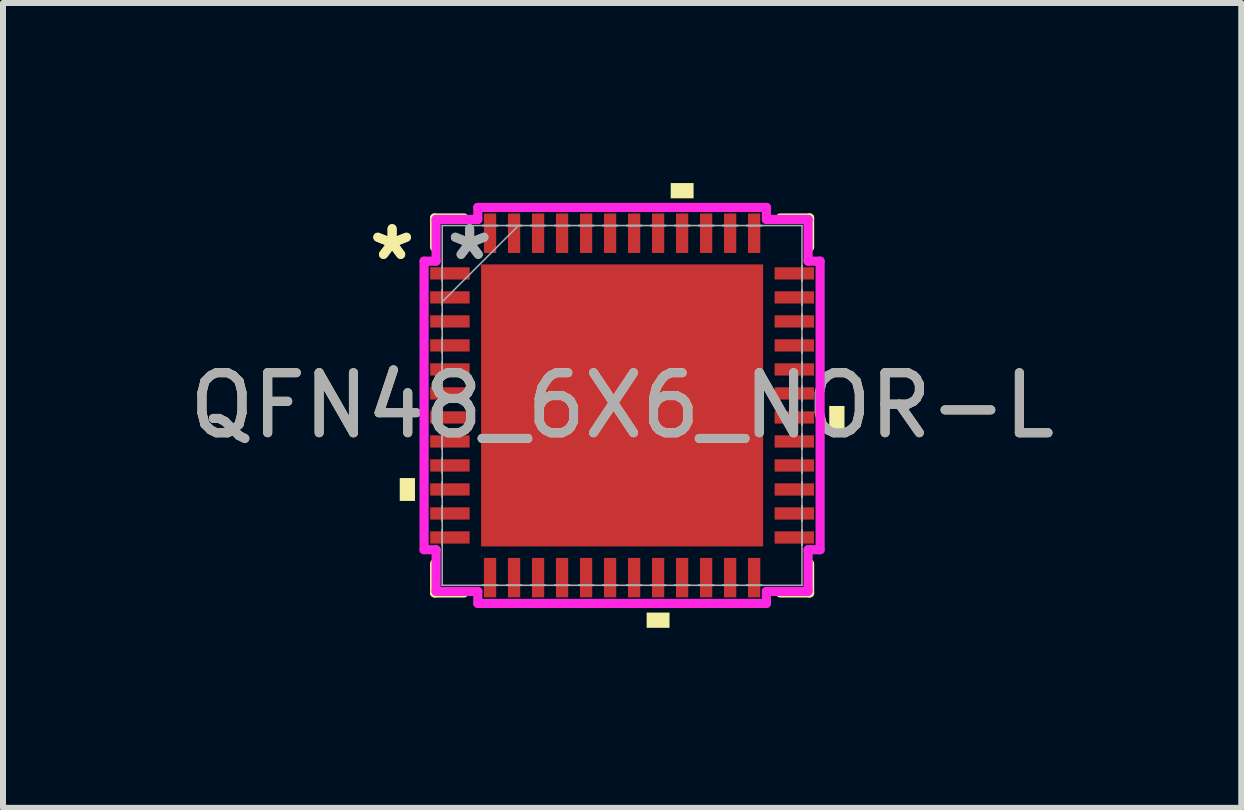
<source format=kicad_pcb>
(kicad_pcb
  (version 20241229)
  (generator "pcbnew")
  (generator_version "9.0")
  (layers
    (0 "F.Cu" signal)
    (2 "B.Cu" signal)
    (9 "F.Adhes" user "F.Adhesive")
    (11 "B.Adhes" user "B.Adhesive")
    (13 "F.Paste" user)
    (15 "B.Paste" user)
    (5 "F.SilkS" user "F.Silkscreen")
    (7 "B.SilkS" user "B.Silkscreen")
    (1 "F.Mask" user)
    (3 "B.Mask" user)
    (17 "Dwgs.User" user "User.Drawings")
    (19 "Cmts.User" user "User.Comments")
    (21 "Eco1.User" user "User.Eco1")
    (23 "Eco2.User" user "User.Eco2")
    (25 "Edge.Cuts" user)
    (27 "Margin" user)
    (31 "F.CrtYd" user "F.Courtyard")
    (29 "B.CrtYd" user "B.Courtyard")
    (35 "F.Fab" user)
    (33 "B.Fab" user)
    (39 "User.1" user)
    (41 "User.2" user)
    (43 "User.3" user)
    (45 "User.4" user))
  (footprint "QFN48_6X6_NOR-L"
    (layer "F.Cu")
    (at 7.315 3.705)
    (property "Reference" "QFN48_6X6_NOR-L" (at 0 0 0) (unlocked yes) (layer "F.SilkS") (effects (font (size 1 1) (thickness 0.15))))
    (attr smd)
    (fp_line (start -3.124 -3.124) (end -3.124 -2.635) (stroke (width 0.152) (type solid)) (layer "F.SilkS"))
    (fp_line (start -3.124 2.635) (end -3.124 3.124) (stroke (width 0.152) (type solid)) (layer "F.SilkS"))
    (fp_line (start -3.124 3.124) (end -2.635 3.124) (stroke (width 0.152) (type solid)) (layer "F.SilkS"))
    (fp_line (start -2.635 -3.124) (end -3.124 -3.124) (stroke (width 0.152) (type solid)) (layer "F.SilkS"))
    (fp_line (start 2.635 3.124) (end 3.124 3.124) (stroke (width 0.152) (type solid)) (layer "F.SilkS"))
    (fp_line (start 3.124 -3.124) (end 2.635 -3.124) (stroke (width 0.152) (type solid)) (layer "F.SilkS"))
    (fp_line (start 3.124 -2.635) (end 3.124 -3.124) (stroke (width 0.152) (type solid)) (layer "F.SilkS"))
    (fp_line (start 3.124 3.124) (end 3.124 2.635) (stroke (width 0.152) (type solid)) (layer "F.SilkS"))
    (fp_poly (pts (xy -3.705 1.21) (xy -3.705 1.591) (xy -3.451 1.591) (xy -3.451 1.21)) (stroke (width 0) (type solid)) (fill yes) (layer "F.SilkS"))
    (fp_poly (pts (xy 0.409 3.451) (xy 0.409 3.705) (xy 0.79 3.705) (xy 0.79 3.451)) (stroke (width 0) (type solid)) (fill yes) (layer "F.SilkS"))
    (fp_poly (pts (xy 0.81 -3.451) (xy 0.81 -3.705) (xy 1.191 -3.705) (xy 1.191 -3.451)) (stroke (width 0) (type solid)) (fill yes) (layer "F.SilkS"))
    (fp_poly (pts (xy 3.705 0.009) (xy 3.705 0.391) (xy 3.451 0.391) (xy 3.451 0.009)) (stroke (width 0) (type solid)) (fill yes) (layer "F.SilkS"))
    (fp_poly (pts (xy -2.249 -2.249) (xy -2.249 -0.883) (xy -0.883 -0.883) (xy -0.883 -2.249)) (stroke (width 0) (type solid)) (fill yes) (layer "F.Paste"))
    (fp_poly (pts (xy -2.249 -0.683) (xy -2.249 0.683) (xy -0.883 0.683) (xy -0.883 -0.683)) (stroke (width 0) (type solid)) (fill yes) (layer "F.Paste"))
    (fp_poly (pts (xy -2.249 0.883) (xy -2.249 2.249) (xy -0.883 2.249) (xy -0.883 0.883)) (stroke (width 0) (type solid)) (fill yes) (layer "F.Paste"))
    (fp_poly (pts (xy -0.683 -2.249) (xy -0.683 -0.883) (xy 0.683 -0.883) (xy 0.683 -2.249)) (stroke (width 0) (type solid)) (fill yes) (layer "F.Paste"))
    (fp_poly (pts (xy -0.683 -0.683) (xy -0.683 0.683) (xy 0.683 0.683) (xy 0.683 -0.683)) (stroke (width 0) (type solid)) (fill yes) (layer "F.Paste"))
    (fp_poly (pts (xy -0.683 0.883) (xy -0.683 2.249) (xy 0.683 2.249) (xy 0.683 0.883)) (stroke (width 0) (type solid)) (fill yes) (layer "F.Paste"))
    (fp_poly (pts (xy 0.883 -2.249) (xy 0.883 -0.883) (xy 2.249 -0.883) (xy 2.249 -2.249)) (stroke (width 0) (type solid)) (fill yes) (layer "F.Paste"))
    (fp_poly (pts (xy 0.883 -0.683) (xy 0.883 0.683) (xy 2.249 0.683) (xy 2.249 -0.683)) (stroke (width 0) (type solid)) (fill yes) (layer "F.Paste"))
    (fp_poly (pts (xy 0.883 0.883) (xy 0.883 2.249) (xy 2.249 2.249) (xy 2.249 0.883)) (stroke (width 0) (type solid)) (fill yes) (layer "F.Paste"))
    (fp_line (start -3.299 -2.404) (end -3.099 -2.404) (stroke (width 0.152) (type solid)) (layer "F.CrtYd"))
    (fp_line (start -3.299 2.404) (end -3.299 -2.404) (stroke (width 0.152) (type solid)) (layer "F.CrtYd"))
    (fp_line (start -3.099 -3.099) (end -2.404 -3.099) (stroke (width 0.152) (type solid)) (layer "F.CrtYd"))
    (fp_line (start -3.099 -2.404) (end -3.099 -3.099) (stroke (width 0.152) (type solid)) (layer "F.CrtYd"))
    (fp_line (start -3.099 2.404) (end -3.299 2.404) (stroke (width 0.152) (type solid)) (layer "F.CrtYd"))
    (fp_line (start -3.099 3.099) (end -3.099 2.404) (stroke (width 0.152) (type solid)) (layer "F.CrtYd"))
    (fp_line (start -2.404 -3.299) (end 2.404 -3.299) (stroke (width 0.152) (type solid)) (layer "F.CrtYd"))
    (fp_line (start -2.404 -3.099) (end -2.404 -3.299) (stroke (width 0.152) (type solid)) (layer "F.CrtYd"))
    (fp_line (start -2.404 3.099) (end -3.099 3.099) (stroke (width 0.152) (type solid)) (layer "F.CrtYd"))
    (fp_line (start -2.404 3.299) (end -2.404 3.099) (stroke (width 0.152) (type solid)) (layer "F.CrtYd"))
    (fp_line (start 2.404 -3.299) (end 2.404 -3.099) (stroke (width 0.152) (type solid)) (layer "F.CrtYd"))
    (fp_line (start 2.404 -3.099) (end 3.099 -3.099) (stroke (width 0.152) (type solid)) (layer "F.CrtYd"))
    (fp_line (start 2.404 3.099) (end 2.404 3.299) (stroke (width 0.152) (type solid)) (layer "F.CrtYd"))
    (fp_line (start 2.404 3.299) (end -2.404 3.299) (stroke (width 0.152) (type solid)) (layer "F.CrtYd"))
    (fp_line (start 3.099 -3.099) (end 3.099 -2.404) (stroke (width 0.152) (type solid)) (layer "F.CrtYd"))
    (fp_line (start 3.099 -2.404) (end 3.299 -2.404) (stroke (width 0.152) (type solid)) (layer "F.CrtYd"))
    (fp_line (start 3.099 2.404) (end 3.099 3.099) (stroke (width 0.152) (type solid)) (layer "F.CrtYd"))
    (fp_line (start 3.099 3.099) (end 2.404 3.099) (stroke (width 0.152) (type solid)) (layer "F.CrtYd"))
    (fp_line (start 3.299 -2.404) (end 3.299 2.404) (stroke (width 0.152) (type solid)) (layer "F.CrtYd"))
    (fp_line (start 3.299 2.404) (end 3.099 2.404) (stroke (width 0.152) (type solid)) (layer "F.CrtYd"))
    (fp_line (start -2.997 -2.997) (end -2.997 -2.997) (stroke (width 0.025) (type solid)) (layer "F.Fab"))
    (fp_line (start -2.997 -2.997) (end -2.997 2.997) (stroke (width 0.025) (type solid)) (layer "F.Fab"))
    (fp_line (start -2.997 -2.327) (end -2.997 -2.327) (stroke (width 0.025) (type solid)) (layer "F.Fab"))
    (fp_line (start -2.997 -2.327) (end -2.997 -2.073) (stroke (width 0.025) (type solid)) (layer "F.Fab"))
    (fp_line (start -2.997 -2.073) (end -2.997 -2.327) (stroke (width 0.025) (type solid)) (layer "F.Fab"))
    (fp_line (start -2.997 -2.073) (end -2.997 -2.073) (stroke (width 0.025) (type solid)) (layer "F.Fab"))
    (fp_line (start -2.997 -1.927) (end -2.997 -1.927) (stroke (width 0.025) (type solid)) (layer "F.Fab"))
    (fp_line (start -2.997 -1.927) (end -2.997 -1.673) (stroke (width 0.025) (type solid)) (layer "F.Fab"))
    (fp_line (start -2.997 -1.727) (end -1.727 -2.997) (stroke (width 0.025) (type solid)) (layer "F.Fab"))
    (fp_line (start -2.997 -1.673) (end -2.997 -1.927) (stroke (width 0.025) (type solid)) (layer "F.Fab"))
    (fp_line (start -2.997 -1.673) (end -2.997 -1.673) (stroke (width 0.025) (type solid)) (layer "F.Fab"))
    (fp_line (start -2.997 -1.527) (end -2.997 -1.527) (stroke (width 0.025) (type solid)) (layer "F.Fab"))
    (fp_line (start -2.997 -1.527) (end -2.997 -1.273) (stroke (width 0.025) (type solid)) (layer "F.Fab"))
    (fp_line (start -2.997 -1.273) (end -2.997 -1.527) (stroke (width 0.025) (type solid)) (layer "F.Fab"))
    (fp_line (start -2.997 -1.273) (end -2.997 -1.273) (stroke (width 0.025) (type solid)) (layer "F.Fab"))
    (fp_line (start -2.997 -1.127) (end -2.997 -1.127) (stroke (width 0.025) (type solid)) (layer "F.Fab"))
    (fp_line (start -2.997 -1.127) (end -2.997 -0.873) (stroke (width 0.025) (type solid)) (layer "F.Fab"))
    (fp_line (start -2.997 -0.873) (end -2.997 -1.127) (stroke (width 0.025) (type solid)) (layer "F.Fab"))
    (fp_line (start -2.997 -0.873) (end -2.997 -0.873) (stroke (width 0.025) (type solid)) (layer "F.Fab"))
    (fp_line (start -2.997 -0.727) (end -2.997 -0.727) (stroke (width 0.025) (type solid)) (layer "F.Fab"))
    (fp_line (start -2.997 -0.727) (end -2.997 -0.473) (stroke (width 0.025) (type solid)) (layer "F.Fab"))
    (fp_line (start -2.997 -0.473) (end -2.997 -0.727) (stroke (width 0.025) (type solid)) (layer "F.Fab"))
    (fp_line (start -2.997 -0.473) (end -2.997 -0.473) (stroke (width 0.025) (type solid)) (layer "F.Fab"))
    (fp_line (start -2.997 -0.327) (end -2.997 -0.327) (stroke (width 0.025) (type solid)) (layer "F.Fab"))
    (fp_line (start -2.997 -0.327) (end -2.997 -0.073) (stroke (width 0.025) (type solid)) (layer "F.Fab"))
    (fp_line (start -2.997 -0.073) (end -2.997 -0.327) (stroke (width 0.025) (type solid)) (layer "F.Fab"))
    (fp_line (start -2.997 -0.073) (end -2.997 -0.073) (stroke (width 0.025) (type solid)) (layer "F.Fab"))
    (fp_line (start -2.997 0.073) (end -2.997 0.073) (stroke (width 0.025) (type solid)) (layer "F.Fab"))
    (fp_line (start -2.997 0.073) (end -2.997 0.327) (stroke (width 0.025) (type solid)) (layer "F.Fab"))
    (fp_line (start -2.997 0.327) (end -2.997 0.073) (stroke (width 0.025) (type solid)) (layer "F.Fab"))
    (fp_line (start -2.997 0.327) (end -2.997 0.327) (stroke (width 0.025) (type solid)) (layer "F.Fab"))
    (fp_line (start -2.997 0.473) (end -2.997 0.473) (stroke (width 0.025) (type solid)) (layer "F.Fab"))
    (fp_line (start -2.997 0.473) (end -2.997 0.727) (stroke (width 0.025) (type solid)) (layer "F.Fab"))
    (fp_line (start -2.997 0.727) (end -2.997 0.473) (stroke (width 0.025) (type solid)) (layer "F.Fab"))
    (fp_line (start -2.997 0.727) (end -2.997 0.727) (stroke (width 0.025) (type solid)) (layer "F.Fab"))
    (fp_line (start -2.997 0.873) (end -2.997 0.873) (stroke (width 0.025) (type solid)) (layer "F.Fab"))
    (fp_line (start -2.997 0.873) (end -2.997 1.127) (stroke (width 0.025) (type solid)) (layer "F.Fab"))
    (fp_line (start -2.997 1.127) (end -2.997 0.873) (stroke (width 0.025) (type solid)) (layer "F.Fab"))
    (fp_line (start -2.997 1.127) (end -2.997 1.127) (stroke (width 0.025) (type solid)) (layer "F.Fab"))
    (fp_line (start -2.997 1.273) (end -2.997 1.273) (stroke (width 0.025) (type solid)) (layer "F.Fab"))
    (fp_line (start -2.997 1.273) (end -2.997 1.527) (stroke (width 0.025) (type solid)) (layer "F.Fab"))
    (fp_line (start -2.997 1.527) (end -2.997 1.273) (stroke (width 0.025) (type solid)) (layer "F.Fab"))
    (fp_line (start -2.997 1.527) (end -2.997 1.527) (stroke (width 0.025) (type solid)) (layer "F.Fab"))
    (fp_line (start -2.997 1.673) (end -2.997 1.673) (stroke (width 0.025) (type solid)) (layer "F.Fab"))
    (fp_line (start -2.997 1.673) (end -2.997 1.927) (stroke (width 0.025) (type solid)) (layer "F.Fab"))
    (fp_line (start -2.997 1.927) (end -2.997 1.673) (stroke (width 0.025) (type solid)) (layer "F.Fab"))
    (fp_line (start -2.997 1.927) (end -2.997 1.927) (stroke (width 0.025) (type solid)) (layer "F.Fab"))
    (fp_line (start -2.997 2.073) (end -2.997 2.073) (stroke (width 0.025) (type solid)) (layer "F.Fab"))
    (fp_line (start -2.997 2.073) (end -2.997 2.327) (stroke (width 0.025) (type solid)) (layer "F.Fab"))
    (fp_line (start -2.997 2.327) (end -2.997 2.073) (stroke (width 0.025) (type solid)) (layer "F.Fab"))
    (fp_line (start -2.997 2.327) (end -2.997 2.327) (stroke (width 0.025) (type solid)) (layer "F.Fab"))
    (fp_line (start -2.997 2.997) (end -2.997 2.997) (stroke (width 0.025) (type solid)) (layer "F.Fab"))
    (fp_line (start -2.997 2.997) (end 2.997 2.997) (stroke (width 0.025) (type solid)) (layer "F.Fab"))
    (fp_line (start -2.327 -2.997) (end -2.327 -2.997) (stroke (width 0.025) (type solid)) (layer "F.Fab"))
    (fp_line (start -2.327 -2.997) (end -2.073 -2.997) (stroke (width 0.025) (type solid)) (layer "F.Fab"))
    (fp_line (start -2.327 2.997) (end -2.327 2.997) (stroke (width 0.025) (type solid)) (layer "F.Fab"))
    (fp_line (start -2.327 2.997) (end -2.073 2.997) (stroke (width 0.025) (type solid)) (layer "F.Fab"))
    (fp_line (start -2.073 -2.997) (end -2.327 -2.997) (stroke (width 0.025) (type solid)) (layer "F.Fab"))
    (fp_line (start -2.073 -2.997) (end -2.073 -2.997) (stroke (width 0.025) (type solid)) (layer "F.Fab"))
    (fp_line (start -2.073 2.997) (end -2.327 2.997) (stroke (width 0.025) (type solid)) (layer "F.Fab"))
    (fp_line (start -2.073 2.997) (end -2.073 2.997) (stroke (width 0.025) (type solid)) (layer "F.Fab"))
    (fp_line (start -1.927 -2.997) (end -1.927 -2.997) (stroke (width 0.025) (type solid)) (layer "F.Fab"))
    (fp_line (start -1.927 -2.997) (end -1.673 -2.997) (stroke (width 0.025) (type solid)) (layer "F.Fab"))
    (fp_line (start -1.927 2.997) (end -1.927 2.997) (stroke (width 0.025) (type solid)) (layer "F.Fab"))
    (fp_line (start -1.927 2.997) (end -1.673 2.997) (stroke (width 0.025) (type solid)) (layer "F.Fab"))
    (fp_line (start -1.673 -2.997) (end -1.927 -2.997) (stroke (width 0.025) (type solid)) (layer "F.Fab"))
    (fp_line (start -1.673 -2.997) (end -1.673 -2.997) (stroke (width 0.025) (type solid)) (layer "F.Fab"))
    (fp_line (start -1.673 2.997) (end -1.927 2.997) (stroke (width 0.025) (type solid)) (layer "F.Fab"))
    (fp_line (start -1.673 2.997) (end -1.673 2.997) (stroke (width 0.025) (type solid)) (layer "F.Fab"))
    (fp_line (start -1.527 -2.997) (end -1.527 -2.997) (stroke (width 0.025) (type solid)) (layer "F.Fab"))
    (fp_line (start -1.527 -2.997) (end -1.273 -2.997) (stroke (width 0.025) (type solid)) (layer "F.Fab"))
    (fp_line (start -1.527 2.997) (end -1.527 2.997) (stroke (width 0.025) (type solid)) (layer "F.Fab"))
    (fp_line (start -1.527 2.997) (end -1.273 2.997) (stroke (width 0.025) (type solid)) (layer "F.Fab"))
    (fp_line (start -1.273 -2.997) (end -1.527 -2.997) (stroke (width 0.025) (type solid)) (layer "F.Fab"))
    (fp_line (start -1.273 -2.997) (end -1.273 -2.997) (stroke (width 0.025) (type solid)) (layer "F.Fab"))
    (fp_line (start -1.273 2.997) (end -1.527 2.997) (stroke (width 0.025) (type solid)) (layer "F.Fab"))
    (fp_line (start -1.273 2.997) (end -1.273 2.997) (stroke (width 0.025) (type solid)) (layer "F.Fab"))
    (fp_line (start -1.127 -2.997) (end -1.127 -2.997) (stroke (width 0.025) (type solid)) (layer "F.Fab"))
    (fp_line (start -1.127 -2.997) (end -0.873 -2.997) (stroke (width 0.025) (type solid)) (layer "F.Fab"))
    (fp_line (start -1.127 2.997) (end -1.127 2.997) (stroke (width 0.025) (type solid)) (layer "F.Fab"))
    (fp_line (start -1.127 2.997) (end -0.873 2.997) (stroke (width 0.025) (type solid)) (layer "F.Fab"))
    (fp_line (start -0.873 -2.997) (end -1.127 -2.997) (stroke (width 0.025) (type solid)) (layer "F.Fab"))
    (fp_line (start -0.873 -2.997) (end -0.873 -2.997) (stroke (width 0.025) (type solid)) (layer "F.Fab"))
    (fp_line (start -0.873 2.997) (end -1.127 2.997) (stroke (width 0.025) (type solid)) (layer "F.Fab"))
    (fp_line (start -0.873 2.997) (end -0.873 2.997) (stroke (width 0.025) (type solid)) (layer "F.Fab"))
    (fp_line (start -0.727 -2.997) (end -0.727 -2.997) (stroke (width 0.025) (type solid)) (layer "F.Fab"))
    (fp_line (start -0.727 -2.997) (end -0.473 -2.997) (stroke (width 0.025) (type solid)) (layer "F.Fab"))
    (fp_line (start -0.727 2.997) (end -0.727 2.997) (stroke (width 0.025) (type solid)) (layer "F.Fab"))
    (fp_line (start -0.727 2.997) (end -0.473 2.997) (stroke (width 0.025) (type solid)) (layer "F.Fab"))
    (fp_line (start -0.473 -2.997) (end -0.727 -2.997) (stroke (width 0.025) (type solid)) (layer "F.Fab"))
    (fp_line (start -0.473 -2.997) (end -0.473 -2.997) (stroke (width 0.025) (type solid)) (layer "F.Fab"))
    (fp_line (start -0.473 2.997) (end -0.727 2.997) (stroke (width 0.025) (type solid)) (layer "F.Fab"))
    (fp_line (start -0.473 2.997) (end -0.473 2.997) (stroke (width 0.025) (type solid)) (layer "F.Fab"))
    (fp_line (start -0.327 -2.997) (end -0.327 -2.997) (stroke (width 0.025) (type solid)) (layer "F.Fab"))
    (fp_line (start -0.327 -2.997) (end -0.073 -2.997) (stroke (width 0.025) (type solid)) (layer "F.Fab"))
    (fp_line (start -0.327 2.997) (end -0.327 2.997) (stroke (width 0.025) (type solid)) (layer "F.Fab"))
    (fp_line (start -0.327 2.997) (end -0.073 2.997) (stroke (width 0.025) (type solid)) (layer "F.Fab"))
    (fp_line (start -0.073 -2.997) (end -0.327 -2.997) (stroke (width 0.025) (type solid)) (layer "F.Fab"))
    (fp_line (start -0.073 -2.997) (end -0.073 -2.997) (stroke (width 0.025) (type solid)) (layer "F.Fab"))
    (fp_line (start -0.073 2.997) (end -0.327 2.997) (stroke (width 0.025) (type solid)) (layer "F.Fab"))
    (fp_line (start -0.073 2.997) (end -0.073 2.997) (stroke (width 0.025) (type solid)) (layer "F.Fab"))
    (fp_line (start 0.073 -2.997) (end 0.073 -2.997) (stroke (width 0.025) (type solid)) (layer "F.Fab"))
    (fp_line (start 0.073 -2.997) (end 0.327 -2.997) (stroke (width 0.025) (type solid)) (layer "F.Fab"))
    (fp_line (start 0.073 2.997) (end 0.073 2.997) (stroke (width 0.025) (type solid)) (layer "F.Fab"))
    (fp_line (start 0.073 2.997) (end 0.327 2.997) (stroke (width 0.025) (type solid)) (layer "F.Fab"))
    (fp_line (start 0.327 -2.997) (end 0.073 -2.997) (stroke (width 0.025) (type solid)) (layer "F.Fab"))
    (fp_line (start 0.327 -2.997) (end 0.327 -2.997) (stroke (width 0.025) (type solid)) (layer "F.Fab"))
    (fp_line (start 0.327 2.997) (end 0.073 2.997) (stroke (width 0.025) (type solid)) (layer "F.Fab"))
    (fp_line (start 0.327 2.997) (end 0.327 2.997) (stroke (width 0.025) (type solid)) (layer "F.Fab"))
    (fp_line (start 0.473 -2.997) (end 0.473 -2.997) (stroke (width 0.025) (type solid)) (layer "F.Fab"))
    (fp_line (start 0.473 -2.997) (end 0.727 -2.997) (stroke (width 0.025) (type solid)) (layer "F.Fab"))
    (fp_line (start 0.473 2.997) (end 0.473 2.997) (stroke (width 0.025) (type solid)) (layer "F.Fab"))
    (fp_line (start 0.473 2.997) (end 0.727 2.997) (stroke (width 0.025) (type solid)) (layer "F.Fab"))
    (fp_line (start 0.727 -2.997) (end 0.473 -2.997) (stroke (width 0.025) (type solid)) (layer "F.Fab"))
    (fp_line (start 0.727 -2.997) (end 0.727 -2.997) (stroke (width 0.025) (type solid)) (layer "F.Fab"))
    (fp_line (start 0.727 2.997) (end 0.473 2.997) (stroke (width 0.025) (type solid)) (layer "F.Fab"))
    (fp_line (start 0.727 2.997) (end 0.727 2.997) (stroke (width 0.025) (type solid)) (layer "F.Fab"))
    (fp_line (start 0.873 -2.997) (end 0.873 -2.997) (stroke (width 0.025) (type solid)) (layer "F.Fab"))
    (fp_line (start 0.873 -2.997) (end 1.127 -2.997) (stroke (width 0.025) (type solid)) (layer "F.Fab"))
    (fp_line (start 0.873 2.997) (end 0.873 2.997) (stroke (width 0.025) (type solid)) (layer "F.Fab"))
    (fp_line (start 0.873 2.997) (end 1.127 2.997) (stroke (width 0.025) (type solid)) (layer "F.Fab"))
    (fp_line (start 1.127 -2.997) (end 0.873 -2.997) (stroke (width 0.025) (type solid)) (layer "F.Fab"))
    (fp_line (start 1.127 -2.997) (end 1.127 -2.997) (stroke (width 0.025) (type solid)) (layer "F.Fab"))
    (fp_line (start 1.127 2.997) (end 0.873 2.997) (stroke (width 0.025) (type solid)) (layer "F.Fab"))
    (fp_line (start 1.127 2.997) (end 1.127 2.997) (stroke (width 0.025) (type solid)) (layer "F.Fab"))
    (fp_line (start 1.273 -2.997) (end 1.273 -2.997) (stroke (width 0.025) (type solid)) (layer "F.Fab"))
    (fp_line (start 1.273 -2.997) (end 1.527 -2.997) (stroke (width 0.025) (type solid)) (layer "F.Fab"))
    (fp_line (start 1.273 2.997) (end 1.273 2.997) (stroke (width 0.025) (type solid)) (layer "F.Fab"))
    (fp_line (start 1.273 2.997) (end 1.527 2.997) (stroke (width 0.025) (type solid)) (layer "F.Fab"))
    (fp_line (start 1.527 -2.997) (end 1.273 -2.997) (stroke (width 0.025) (type solid)) (layer "F.Fab"))
    (fp_line (start 1.527 -2.997) (end 1.527 -2.997) (stroke (width 0.025) (type solid)) (layer "F.Fab"))
    (fp_line (start 1.527 2.997) (end 1.273 2.997) (stroke (width 0.025) (type solid)) (layer "F.Fab"))
    (fp_line (start 1.527 2.997) (end 1.527 2.997) (stroke (width 0.025) (type solid)) (layer "F.Fab"))
    (fp_line (start 1.673 -2.997) (end 1.673 -2.997) (stroke (width 0.025) (type solid)) (layer "F.Fab"))
    (fp_line (start 1.673 -2.997) (end 1.927 -2.997) (stroke (width 0.025) (type solid)) (layer "F.Fab"))
    (fp_line (start 1.673 2.997) (end 1.673 2.997) (stroke (width 0.025) (type solid)) (layer "F.Fab"))
    (fp_line (start 1.673 2.997) (end 1.927 2.997) (stroke (width 0.025) (type solid)) (layer "F.Fab"))
    (fp_line (start 1.927 -2.997) (end 1.673 -2.997) (stroke (width 0.025) (type solid)) (layer "F.Fab"))
    (fp_line (start 1.927 -2.997) (end 1.927 -2.997) (stroke (width 0.025) (type solid)) (layer "F.Fab"))
    (fp_line (start 1.927 2.997) (end 1.673 2.997) (stroke (width 0.025) (type solid)) (layer "F.Fab"))
    (fp_line (start 1.927 2.997) (end 1.927 2.997) (stroke (width 0.025) (type solid)) (layer "F.Fab"))
    (fp_line (start 2.073 -2.997) (end 2.073 -2.997) (stroke (width 0.025) (type solid)) (layer "F.Fab"))
    (fp_line (start 2.073 -2.997) (end 2.327 -2.997) (stroke (width 0.025) (type solid)) (layer "F.Fab"))
    (fp_line (start 2.073 2.997) (end 2.073 2.997) (stroke (width 0.025) (type solid)) (layer "F.Fab"))
    (fp_line (start 2.073 2.997) (end 2.327 2.997) (stroke (width 0.025) (type solid)) (layer "F.Fab"))
    (fp_line (start 2.327 -2.997) (end 2.073 -2.997) (stroke (width 0.025) (type solid)) (layer "F.Fab"))
    (fp_line (start 2.327 -2.997) (end 2.327 -2.997) (stroke (width 0.025) (type solid)) (layer "F.Fab"))
    (fp_line (start 2.327 2.997) (end 2.073 2.997) (stroke (width 0.025) (type solid)) (layer "F.Fab"))
    (fp_line (start 2.327 2.997) (end 2.327 2.997) (stroke (width 0.025) (type solid)) (layer "F.Fab"))
    (fp_line (start 2.997 -2.997) (end -2.997 -2.997) (stroke (width 0.025) (type solid)) (layer "F.Fab"))
    (fp_line (start 2.997 -2.997) (end 2.997 -2.997) (stroke (width 0.025) (type solid)) (layer "F.Fab"))
    (fp_line (start 2.997 -2.327) (end 2.997 -2.327) (stroke (width 0.025) (type solid)) (layer "F.Fab"))
    (fp_line (start 2.997 -2.327) (end 2.997 -2.073) (stroke (width 0.025) (type solid)) (layer "F.Fab"))
    (fp_line (start 2.997 -2.073) (end 2.997 -2.327) (stroke (width 0.025) (type solid)) (layer "F.Fab"))
    (fp_line (start 2.997 -2.073) (end 2.997 -2.073) (stroke (width 0.025) (type solid)) (layer "F.Fab"))
    (fp_line (start 2.997 -1.927) (end 2.997 -1.927) (stroke (width 0.025) (type solid)) (layer "F.Fab"))
    (fp_line (start 2.997 -1.927) (end 2.997 -1.673) (stroke (width 0.025) (type solid)) (layer "F.Fab"))
    (fp_line (start 2.997 -1.673) (end 2.997 -1.927) (stroke (width 0.025) (type solid)) (layer "F.Fab"))
    (fp_line (start 2.997 -1.673) (end 2.997 -1.673) (stroke (width 0.025) (type solid)) (layer "F.Fab"))
    (fp_line (start 2.997 -1.527) (end 2.997 -1.527) (stroke (width 0.025) (type solid)) (layer "F.Fab"))
    (fp_line (start 2.997 -1.527) (end 2.997 -1.273) (stroke (width 0.025) (type solid)) (layer "F.Fab"))
    (fp_line (start 2.997 -1.273) (end 2.997 -1.527) (stroke (width 0.025) (type solid)) (layer "F.Fab"))
    (fp_line (start 2.997 -1.273) (end 2.997 -1.273) (stroke (width 0.025) (type solid)) (layer "F.Fab"))
    (fp_line (start 2.997 -1.127) (end 2.997 -1.127) (stroke (width 0.025) (type solid)) (layer "F.Fab"))
    (fp_line (start 2.997 -1.127) (end 2.997 -0.873) (stroke (width 0.025) (type solid)) (layer "F.Fab"))
    (fp_line (start 2.997 -0.873) (end 2.997 -1.127) (stroke (width 0.025) (type solid)) (layer "F.Fab"))
    (fp_line (start 2.997 -0.873) (end 2.997 -0.873) (stroke (width 0.025) (type solid)) (layer "F.Fab"))
    (fp_line (start 2.997 -0.727) (end 2.997 -0.727) (stroke (width 0.025) (type solid)) (layer "F.Fab"))
    (fp_line (start 2.997 -0.727) (end 2.997 -0.473) (stroke (width 0.025) (type solid)) (layer "F.Fab"))
    (fp_line (start 2.997 -0.473) (end 2.997 -0.727) (stroke (width 0.025) (type solid)) (layer "F.Fab"))
    (fp_line (start 2.997 -0.473) (end 2.997 -0.473) (stroke (width 0.025) (type solid)) (layer "F.Fab"))
    (fp_line (start 2.997 -0.327) (end 2.997 -0.327) (stroke (width 0.025) (type solid)) (layer "F.Fab"))
    (fp_line (start 2.997 -0.327) (end 2.997 -0.073) (stroke (width 0.025) (type solid)) (layer "F.Fab"))
    (fp_line (start 2.997 -0.073) (end 2.997 -0.327) (stroke (width 0.025) (type solid)) (layer "F.Fab"))
    (fp_line (start 2.997 -0.073) (end 2.997 -0.073) (stroke (width 0.025) (type solid)) (layer "F.Fab"))
    (fp_line (start 2.997 0.073) (end 2.997 0.073) (stroke (width 0.025) (type solid)) (layer "F.Fab"))
    (fp_line (start 2.997 0.073) (end 2.997 0.327) (stroke (width 0.025) (type solid)) (layer "F.Fab"))
    (fp_line (start 2.997 0.327) (end 2.997 0.073) (stroke (width 0.025) (type solid)) (layer "F.Fab"))
    (fp_line (start 2.997 0.327) (end 2.997 0.327) (stroke (width 0.025) (type solid)) (layer "F.Fab"))
    (fp_line (start 2.997 0.473) (end 2.997 0.473) (stroke (width 0.025) (type solid)) (layer "F.Fab"))
    (fp_line (start 2.997 0.473) (end 2.997 0.727) (stroke (width 0.025) (type solid)) (layer "F.Fab"))
    (fp_line (start 2.997 0.727) (end 2.997 0.473) (stroke (width 0.025) (type solid)) (layer "F.Fab"))
    (fp_line (start 2.997 0.727) (end 2.997 0.727) (stroke (width 0.025) (type solid)) (layer "F.Fab"))
    (fp_line (start 2.997 0.873) (end 2.997 0.873) (stroke (width 0.025) (type solid)) (layer "F.Fab"))
    (fp_line (start 2.997 0.873) (end 2.997 1.127) (stroke (width 0.025) (type solid)) (layer "F.Fab"))
    (fp_line (start 2.997 1.127) (end 2.997 0.873) (stroke (width 0.025) (type solid)) (layer "F.Fab"))
    (fp_line (start 2.997 1.127) (end 2.997 1.127) (stroke (width 0.025) (type solid)) (layer "F.Fab"))
    (fp_line (start 2.997 1.273) (end 2.997 1.273) (stroke (width 0.025) (type solid)) (layer "F.Fab"))
    (fp_line (start 2.997 1.273) (end 2.997 1.527) (stroke (width 0.025) (type solid)) (layer "F.Fab"))
    (fp_line (start 2.997 1.527) (end 2.997 1.273) (stroke (width 0.025) (type solid)) (layer "F.Fab"))
    (fp_line (start 2.997 1.527) (end 2.997 1.527) (stroke (width 0.025) (type solid)) (layer "F.Fab"))
    (fp_line (start 2.997 1.673) (end 2.997 1.673) (stroke (width 0.025) (type solid)) (layer "F.Fab"))
    (fp_line (start 2.997 1.673) (end 2.997 1.927) (stroke (width 0.025) (type solid)) (layer "F.Fab"))
    (fp_line (start 2.997 1.927) (end 2.997 1.673) (stroke (width 0.025) (type solid)) (layer "F.Fab"))
    (fp_line (start 2.997 1.927) (end 2.997 1.927) (stroke (width 0.025) (type solid)) (layer "F.Fab"))
    (fp_line (start 2.997 2.073) (end 2.997 2.073) (stroke (width 0.025) (type solid)) (layer "F.Fab"))
    (fp_line (start 2.997 2.073) (end 2.997 2.327) (stroke (width 0.025) (type solid)) (layer "F.Fab"))
    (fp_line (start 2.997 2.327) (end 2.997 2.073) (stroke (width 0.025) (type solid)) (layer "F.Fab"))
    (fp_line (start 2.997 2.327) (end 2.997 2.327) (stroke (width 0.025) (type solid)) (layer "F.Fab"))
    (fp_line (start 2.997 2.997) (end 2.997 -2.997) (stroke (width 0.025) (type solid)) (layer "F.Fab"))
    (fp_line (start 2.997 2.997) (end 2.997 2.997) (stroke (width 0.025) (type solid)) (layer "F.Fab"))
    (fp_text user "*" (at -3.832 -2.4 0) (layer "F.SilkS") (effects (font (size 1 1) (thickness 0.15))))
    (fp_text user "*" (at -3.832 -2.4 0) (unlocked yes) (layer "F.SilkS") (effects (font (size 1 1) (thickness 0.15))))
    (fp_text user "${REFERENCE}" (at 0 0 0) (unlocked yes) (layer "F.Fab") (effects (font (size 1 1) (thickness 0.15))))
    (fp_text user "*" (at -2.54 -2.4 0) (unlocked yes) (layer "F.Fab") (effects (font (size 1 1) (thickness 0.15))))
    (fp_text user "*" (at -2.54 -2.4 0) (layer "F.Fab") (effects (font (size 1 1) (thickness 0.15))))
    (pad "1" smd rect (at -2.869 -2.2 90) (size 0.204 0.657) (layers "F.Cu" "F.Mask" "F.Paste"))
    (pad "2" smd rect (at -2.869 -1.8 90) (size 0.204 0.657) (layers "F.Cu" "F.Mask" "F.Paste"))
    (pad "3" smd rect (at -2.869 -1.4 90) (size 0.204 0.657) (layers "F.Cu" "F.Mask" "F.Paste"))
    (pad "4" smd rect (at -2.869 -1 90) (size 0.204 0.657) (layers "F.Cu" "F.Mask" "F.Paste"))
    (pad "5" smd rect (at -2.869 -0.6 90) (size 0.204 0.657) (layers "F.Cu" "F.Mask" "F.Paste"))
    (pad "6" smd rect (at -2.869 -0.2 90) (size 0.204 0.657) (layers "F.Cu" "F.Mask" "F.Paste"))
    (pad "7" smd rect (at -2.869 0.2 90) (size 0.204 0.657) (layers "F.Cu" "F.Mask" "F.Paste"))
    (pad "8" smd rect (at -2.869 0.6 90) (size 0.204 0.657) (layers "F.Cu" "F.Mask" "F.Paste"))
    (pad "9" smd rect (at -2.869 1 90) (size 0.204 0.657) (layers "F.Cu" "F.Mask" "F.Paste"))
    (pad "10" smd rect (at -2.869 1.4 90) (size 0.204 0.657) (layers "F.Cu" "F.Mask" "F.Paste"))
    (pad "11" smd rect (at -2.869 1.8 90) (size 0.204 0.657) (layers "F.Cu" "F.Mask" "F.Paste"))
    (pad "12" smd rect (at -2.869 2.2 90) (size 0.204 0.657) (layers "F.Cu" "F.Mask" "F.Paste"))
    (pad "13" smd rect (at -2.2 2.869) (size 0.204 0.657) (layers "F.Cu" "F.Mask" "F.Paste"))
    (pad "14" smd rect (at -1.8 2.869) (size 0.204 0.657) (layers "F.Cu" "F.Mask" "F.Paste"))
    (pad "15" smd rect (at -1.4 2.869) (size 0.204 0.657) (layers "F.Cu" "F.Mask" "F.Paste"))
    (pad "16" smd rect (at -1 2.869) (size 0.204 0.657) (layers "F.Cu" "F.Mask" "F.Paste"))
    (pad "17" smd rect (at -0.6 2.869) (size 0.204 0.657) (layers "F.Cu" "F.Mask" "F.Paste"))
    (pad "18" smd rect (at -0.2 2.869) (size 0.204 0.657) (layers "F.Cu" "F.Mask" "F.Paste"))
    (pad "19" smd rect (at 0.2 2.869) (size 0.204 0.657) (layers "F.Cu" "F.Mask" "F.Paste"))
    (pad "20" smd rect (at 0.6 2.869) (size 0.204 0.657) (layers "F.Cu" "F.Mask" "F.Paste"))
    (pad "21" smd rect (at 1 2.869) (size 0.204 0.657) (layers "F.Cu" "F.Mask" "F.Paste"))
    (pad "22" smd rect (at 1.4 2.869) (size 0.204 0.657) (layers "F.Cu" "F.Mask" "F.Paste"))
    (pad "23" smd rect (at 1.8 2.869) (size 0.204 0.657) (layers "F.Cu" "F.Mask" "F.Paste"))
    (pad "24" smd rect (at 2.2 2.869) (size 0.204 0.657) (layers "F.Cu" "F.Mask" "F.Paste"))
    (pad "25" smd rect (at 2.869 2.2 90) (size 0.204 0.657) (layers "F.Cu" "F.Mask" "F.Paste"))
    (pad "26" smd rect (at 2.869 1.8 90) (size 0.204 0.657) (layers "F.Cu" "F.Mask" "F.Paste"))
    (pad "27" smd rect (at 2.869 1.4 90) (size 0.204 0.657) (layers "F.Cu" "F.Mask" "F.Paste"))
    (pad "28" smd rect (at 2.869 1 90) (size 0.204 0.657) (layers "F.Cu" "F.Mask" "F.Paste"))
    (pad "29" smd rect (at 2.869 0.6 90) (size 0.204 0.657) (layers "F.Cu" "F.Mask" "F.Paste"))
    (pad "30" smd rect (at 2.869 0.2 90) (size 0.204 0.657) (layers "F.Cu" "F.Mask" "F.Paste"))
    (pad "31" smd rect (at 2.869 -0.2 90) (size 0.204 0.657) (layers "F.Cu" "F.Mask" "F.Paste"))
    (pad "32" smd rect (at 2.869 -0.6 90) (size 0.204 0.657) (layers "F.Cu" "F.Mask" "F.Paste"))
    (pad "33" smd rect (at 2.869 -1 90) (size 0.204 0.657) (layers "F.Cu" "F.Mask" "F.Paste"))
    (pad "34" smd rect (at 2.869 -1.4 90) (size 0.204 0.657) (layers "F.Cu" "F.Mask" "F.Paste"))
    (pad "35" smd rect (at 2.869 -1.8 90) (size 0.204 0.657) (layers "F.Cu" "F.Mask" "F.Paste"))
    (pad "36" smd rect (at 2.869 -2.2 90) (size 0.204 0.657) (layers "F.Cu" "F.Mask" "F.Paste"))
    (pad "37" smd rect (at 2.2 -2.869) (size 0.204 0.657) (layers "F.Cu" "F.Mask" "F.Paste"))
    (pad "38" smd rect (at 1.8 -2.869) (size 0.204 0.657) (layers "F.Cu" "F.Mask" "F.Paste"))
    (pad "39" smd rect (at 1.4 -2.869) (size 0.204 0.657) (layers "F.Cu" "F.Mask" "F.Paste"))
    (pad "40" smd rect (at 1 -2.869) (size 0.204 0.657) (layers "F.Cu" "F.Mask" "F.Paste"))
    (pad "41" smd rect (at 0.6 -2.869) (size 0.204 0.657) (layers "F.Cu" "F.Mask" "F.Paste"))
    (pad "42" smd rect (at 0.2 -2.869) (size 0.204 0.657) (layers "F.Cu" "F.Mask" "F.Paste"))
    (pad "43" smd rect (at -0.2 -2.869) (size 0.204 0.657) (layers "F.Cu" "F.Mask" "F.Paste"))
    (pad "44" smd rect (at -0.6 -2.869) (size 0.204 0.657) (layers "F.Cu" "F.Mask" "F.Paste"))
    (pad "45" smd rect (at -1 -2.869) (size 0.204 0.657) (layers "F.Cu" "F.Mask" "F.Paste"))
    (pad "46" smd rect (at -1.4 -2.869) (size 0.204 0.657) (layers "F.Cu" "F.Mask" "F.Paste"))
    (pad "47" smd rect (at -1.8 -2.869) (size 0.204 0.657) (layers "F.Cu" "F.Mask" "F.Paste"))
    (pad "48" smd rect (at -2.2 -2.869) (size 0.204 0.657) (layers "F.Cu" "F.Mask" "F.Paste"))
    (pad "49" smd rect (at 0 0) (size 4.699 4.699) (layers "F.Cu" "F.Mask" "F.Paste")))
  (gr_rect
    (start -3 -3)
    (end 17.631 10.41)
    (stroke (width 0.1) (type default))
    (fill no)
    (layer "Edge.Cuts")))
</source>
